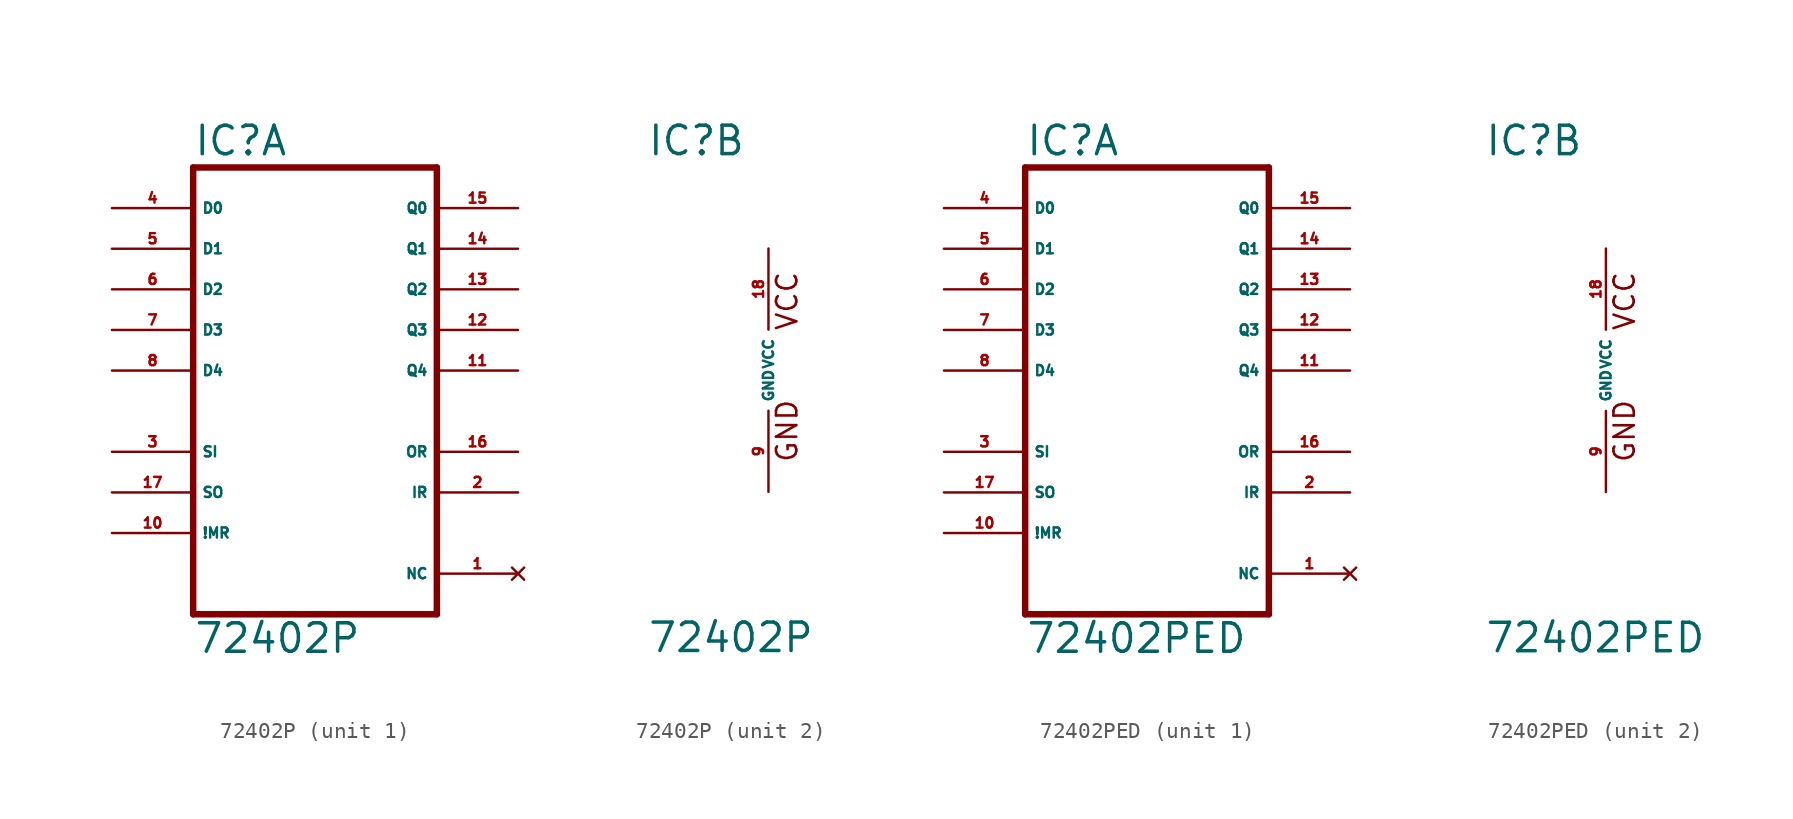
<source format=kicad_sym>
(kicad_symbol_lib
  (version 20220914)
  (generator Eagle2Kicad)
  (symbol "72402P"
    (property "Reference" "IC"
      (at -7.62 13.335 0)
      (effects (font (size 1.778 1.778) (thickness 0.22)) (justify left bottom)))
    (property "Value" "72402P"
      (at -7.62 -17.78 0)
      (effects (font (size 1.778 1.778) (thickness 0.22)) (justify left bottom)))
    (symbol "72402P_1_0"
      (polyline (pts (xy -7.62 -15.24) (xy 7.62 -15.24)) (stroke (width 0.406) (type default)) (fill (type none)))
      (polyline (pts (xy 7.62 -15.24) (xy 7.62 12.7)) (stroke (width 0.406) (type default)) (fill (type none)))
      (polyline (pts (xy 7.62 12.7) (xy -7.62 12.7)) (stroke (width 0.406) (type default)) (fill (type none)))
      (polyline (pts (xy -7.62 12.7) (xy -7.62 -15.24)) (stroke (width 0.406) (type default)) (fill (type none)))
      (pin input line (at -12.7 10.16 0) (length 5.08) (name "D0" (effects (font (size 0.635 0.635) (thickness 0.08)) (justify left bottom))) (number "4" (effects (font (size 0.635 0.635) (thickness 0.08)) (justify left bottom))))
      (pin input line (at -12.7 7.62 0) (length 5.08) (name "D1" (effects (font (size 0.635 0.635) (thickness 0.08)) (justify left bottom))) (number "5" (effects (font (size 0.635 0.635) (thickness 0.08)) (justify left bottom))))
      (pin input line (at -12.7 5.08 0) (length 5.08) (name "D2" (effects (font (size 0.635 0.635) (thickness 0.08)) (justify left bottom))) (number "6" (effects (font (size 0.635 0.635) (thickness 0.08)) (justify left bottom))))
      (pin input line (at -12.7 2.54 0) (length 5.08) (name "D3" (effects (font (size 0.635 0.635) (thickness 0.08)) (justify left bottom))) (number "7" (effects (font (size 0.635 0.635) (thickness 0.08)) (justify left bottom))))
      (pin input line (at -12.7 -5.08 0) (length 5.08) (name "SI" (effects (font (size 0.635 0.635) (thickness 0.08)) (justify left bottom))) (number "3" (effects (font (size 0.635 0.635) (thickness 0.08)) (justify left bottom))))
      (pin input line (at -12.7 -10.16 0) (length 5.08) (name "!MR" (effects (font (size 0.635 0.635) (thickness 0.08)) (justify left bottom))) (number "10" (effects (font (size 0.635 0.635) (thickness 0.08)) (justify left bottom))))
      (pin output line (at 12.7 10.16 180) (length 5.08) (name "Q0" (effects (font (size 0.635 0.635) (thickness 0.08)) (justify left bottom))) (number "15" (effects (font (size 0.635 0.635) (thickness 0.08)) (justify left bottom))))
      (pin output line (at 12.7 7.62 180) (length 5.08) (name "Q1" (effects (font (size 0.635 0.635) (thickness 0.08)) (justify left bottom))) (number "14" (effects (font (size 0.635 0.635) (thickness 0.08)) (justify left bottom))))
      (pin output line (at 12.7 5.08 180) (length 5.08) (name "Q2" (effects (font (size 0.635 0.635) (thickness 0.08)) (justify left bottom))) (number "13" (effects (font (size 0.635 0.635) (thickness 0.08)) (justify left bottom))))
      (pin output line (at 12.7 2.54 180) (length 5.08) (name "Q3" (effects (font (size 0.635 0.635) (thickness 0.08)) (justify left bottom))) (number "12" (effects (font (size 0.635 0.635) (thickness 0.08)) (justify left bottom))))
      (pin output line (at 12.7 -5.08 180) (length 5.08) (name "OR" (effects (font (size 0.635 0.635) (thickness 0.08)) (justify left bottom))) (number "16" (effects (font (size 0.635 0.635) (thickness 0.08)) (justify left bottom))))
      (pin no_connect line (at 12.7 -12.7 180) (length 5.08) (name "NC" (effects (font (size 0.635 0.635) (thickness 0.08)) (justify left bottom) hide)) (number "1" (effects (font (size 0.635 0.635) (thickness 0.08)) (justify left bottom) hide)))
      (pin input line (at -12.7 -7.62 0) (length 5.08) (name "SO" (effects (font (size 0.635 0.635) (thickness 0.08)) (justify left bottom))) (number "17" (effects (font (size 0.635 0.635) (thickness 0.08)) (justify left bottom))))
      (pin output line (at 12.7 -7.62 180) (length 5.08) (name "IR" (effects (font (size 0.635 0.635) (thickness 0.08)) (justify left bottom))) (number "2" (effects (font (size 0.635 0.635) (thickness 0.08)) (justify left bottom))))
      (pin input line (at -12.7 0 0) (length 5.08) (name "D4" (effects (font (size 0.635 0.635) (thickness 0.08)) (justify left bottom))) (number "8" (effects (font (size 0.635 0.635) (thickness 0.08)) (justify left bottom))))
      (pin output line (at 12.7 0 180) (length 5.08) (name "Q4" (effects (font (size 0.635 0.635) (thickness 0.08)) (justify left bottom))) (number "11" (effects (font (size 0.635 0.635) (thickness 0.08)) (justify left bottom)))))
    (symbol "72402P_2_0"
      (text "GND" (at 1.905 -5.842 900) (effects (font (size 1.27 1.27) (thickness 0.16)) (justify left bottom)))
      (text "VCC" (at 1.905 2.413 900) (effects (font (size 1.27 1.27) (thickness 0.16)) (justify left bottom)))
      (pin unspecified line (at 0 7.62 270) (length 5.08) (name "VCC" (effects (font (size 0.635 0.635) (thickness 0.08)) (justify left bottom))) (number "18" (effects (font (size 0.635 0.635) (thickness 0.08)) (justify left bottom))))
      (pin unspecified line (at 0 -7.62 90) (length 5.08) (name "GND" (effects (font (size 0.635 0.635) (thickness 0.08)) (justify left bottom))) (number "9" (effects (font (size 0.635 0.635) (thickness 0.08)) (justify left bottom))))))
  (symbol "72402PED"
    (property "Reference" "IC"
      (at -7.62 13.335 0)
      (effects (font (size 1.778 1.778) (thickness 0.22)) (justify left bottom)))
    (property "Value" "72402PED"
      (at -7.62 -17.78 0)
      (effects (font (size 1.778 1.778) (thickness 0.22)) (justify left bottom)))
    (symbol "72402PED_1_0"
      (polyline (pts (xy -7.62 -15.24) (xy 7.62 -15.24)) (stroke (width 0.406) (type default)) (fill (type none)))
      (polyline (pts (xy 7.62 -15.24) (xy 7.62 12.7)) (stroke (width 0.406) (type default)) (fill (type none)))
      (polyline (pts (xy 7.62 12.7) (xy -7.62 12.7)) (stroke (width 0.406) (type default)) (fill (type none)))
      (polyline (pts (xy -7.62 12.7) (xy -7.62 -15.24)) (stroke (width 0.406) (type default)) (fill (type none)))
      (pin input line (at -12.7 10.16 0) (length 5.08) (name "D0" (effects (font (size 0.635 0.635) (thickness 0.08)) (justify left bottom))) (number "4" (effects (font (size 0.635 0.635) (thickness 0.08)) (justify left bottom))))
      (pin input line (at -12.7 7.62 0) (length 5.08) (name "D1" (effects (font (size 0.635 0.635) (thickness 0.08)) (justify left bottom))) (number "5" (effects (font (size 0.635 0.635) (thickness 0.08)) (justify left bottom))))
      (pin input line (at -12.7 5.08 0) (length 5.08) (name "D2" (effects (font (size 0.635 0.635) (thickness 0.08)) (justify left bottom))) (number "6" (effects (font (size 0.635 0.635) (thickness 0.08)) (justify left bottom))))
      (pin input line (at -12.7 2.54 0) (length 5.08) (name "D3" (effects (font (size 0.635 0.635) (thickness 0.08)) (justify left bottom))) (number "7" (effects (font (size 0.635 0.635) (thickness 0.08)) (justify left bottom))))
      (pin input line (at -12.7 -5.08 0) (length 5.08) (name "SI" (effects (font (size 0.635 0.635) (thickness 0.08)) (justify left bottom))) (number "3" (effects (font (size 0.635 0.635) (thickness 0.08)) (justify left bottom))))
      (pin input line (at -12.7 -10.16 0) (length 5.08) (name "!MR" (effects (font (size 0.635 0.635) (thickness 0.08)) (justify left bottom))) (number "10" (effects (font (size 0.635 0.635) (thickness 0.08)) (justify left bottom))))
      (pin output line (at 12.7 10.16 180) (length 5.08) (name "Q0" (effects (font (size 0.635 0.635) (thickness 0.08)) (justify left bottom))) (number "15" (effects (font (size 0.635 0.635) (thickness 0.08)) (justify left bottom))))
      (pin output line (at 12.7 7.62 180) (length 5.08) (name "Q1" (effects (font (size 0.635 0.635) (thickness 0.08)) (justify left bottom))) (number "14" (effects (font (size 0.635 0.635) (thickness 0.08)) (justify left bottom))))
      (pin output line (at 12.7 5.08 180) (length 5.08) (name "Q2" (effects (font (size 0.635 0.635) (thickness 0.08)) (justify left bottom))) (number "13" (effects (font (size 0.635 0.635) (thickness 0.08)) (justify left bottom))))
      (pin output line (at 12.7 2.54 180) (length 5.08) (name "Q3" (effects (font (size 0.635 0.635) (thickness 0.08)) (justify left bottom))) (number "12" (effects (font (size 0.635 0.635) (thickness 0.08)) (justify left bottom))))
      (pin output line (at 12.7 -5.08 180) (length 5.08) (name "OR" (effects (font (size 0.635 0.635) (thickness 0.08)) (justify left bottom))) (number "16" (effects (font (size 0.635 0.635) (thickness 0.08)) (justify left bottom))))
      (pin no_connect line (at 12.7 -12.7 180) (length 5.08) (name "NC" (effects (font (size 0.635 0.635) (thickness 0.08)) (justify left bottom) hide)) (number "1" (effects (font (size 0.635 0.635) (thickness 0.08)) (justify left bottom) hide)))
      (pin input line (at -12.7 -7.62 0) (length 5.08) (name "SO" (effects (font (size 0.635 0.635) (thickness 0.08)) (justify left bottom))) (number "17" (effects (font (size 0.635 0.635) (thickness 0.08)) (justify left bottom))))
      (pin output line (at 12.7 -7.62 180) (length 5.08) (name "IR" (effects (font (size 0.635 0.635) (thickness 0.08)) (justify left bottom))) (number "2" (effects (font (size 0.635 0.635) (thickness 0.08)) (justify left bottom))))
      (pin input line (at -12.7 0 0) (length 5.08) (name "D4" (effects (font (size 0.635 0.635) (thickness 0.08)) (justify left bottom))) (number "8" (effects (font (size 0.635 0.635) (thickness 0.08)) (justify left bottom))))
      (pin output line (at 12.7 0 180) (length 5.08) (name "Q4" (effects (font (size 0.635 0.635) (thickness 0.08)) (justify left bottom))) (number "11" (effects (font (size 0.635 0.635) (thickness 0.08)) (justify left bottom)))))
    (symbol "72402PED_2_0"
      (text "GND" (at 1.905 -5.842 900) (effects (font (size 1.27 1.27) (thickness 0.16)) (justify left bottom)))
      (text "VCC" (at 1.905 2.413 900) (effects (font (size 1.27 1.27) (thickness 0.16)) (justify left bottom)))
      (pin unspecified line (at 0 7.62 270) (length 5.08) (name "VCC" (effects (font (size 0.635 0.635) (thickness 0.08)) (justify left bottom))) (number "18" (effects (font (size 0.635 0.635) (thickness 0.08)) (justify left bottom))))
      (pin unspecified line (at 0 -7.62 90) (length 5.08) (name "GND" (effects (font (size 0.635 0.635) (thickness 0.08)) (justify left bottom))) (number "9" (effects (font (size 0.635 0.635) (thickness 0.08)) (justify left bottom)))))))
</source>
